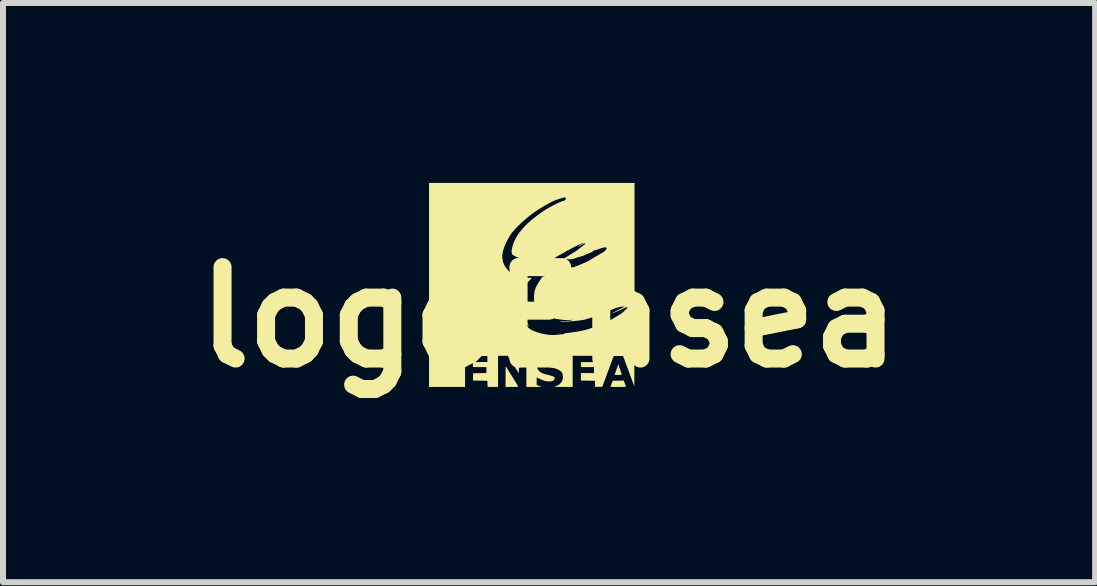
<source format=kicad_pcb>
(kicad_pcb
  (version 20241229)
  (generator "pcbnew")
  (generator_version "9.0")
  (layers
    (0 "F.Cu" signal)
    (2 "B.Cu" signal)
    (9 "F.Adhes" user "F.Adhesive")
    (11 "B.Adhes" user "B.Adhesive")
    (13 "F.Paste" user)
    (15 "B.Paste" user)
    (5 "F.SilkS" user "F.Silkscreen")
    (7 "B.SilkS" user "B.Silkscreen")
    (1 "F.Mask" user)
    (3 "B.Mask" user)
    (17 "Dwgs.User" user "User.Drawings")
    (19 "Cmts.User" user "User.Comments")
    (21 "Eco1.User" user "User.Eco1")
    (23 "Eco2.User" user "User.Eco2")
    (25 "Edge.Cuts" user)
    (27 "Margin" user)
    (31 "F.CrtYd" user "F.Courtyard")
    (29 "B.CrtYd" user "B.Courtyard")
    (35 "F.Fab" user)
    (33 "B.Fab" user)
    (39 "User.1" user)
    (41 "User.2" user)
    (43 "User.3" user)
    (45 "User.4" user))
  (footprint "logoEnsea"
    (layer "F.Cu")
    (at 6.103 2.238)
    (property "Reference" "logoEnsea" (at 0 0 0) (layer "F.SilkS") (effects (font (size 1.524 1.524) (thickness 0.3))))
    (attr board_only exclude_from_pos_files exclude_from_bom)
    (fp_poly (pts (xy 0.156 0.059) (xy 0.153 0.063) (xy 0.15 0.059) (xy 0.153 0.056)) (stroke (width 0) (type solid)) (fill yes) (layer "F.SilkS"))
    (fp_poly (pts (xy 0.237 -0.966) (xy 0.234 -0.963) (xy 0.231 -0.966) (xy 0.234 -0.969)) (stroke (width 0) (type solid)) (fill yes) (layer "F.SilkS"))
    (fp_poly (pts (xy 0.594 -1.222) (xy 0.591 -1.219) (xy 0.588 -1.222) (xy 0.591 -1.225)) (stroke (width 0) (type solid)) (fill yes) (layer "F.SilkS"))
    (fp_poly (pts (xy 1.025 -0.053) (xy 1.022 -0.05) (xy 1.019 -0.053) (xy 1.022 -0.056)) (stroke (width 0) (type solid)) (fill yes) (layer "F.SilkS"))
    (fp_poly (pts (xy 1.038 -0.059) (xy 1.034 -0.056) (xy 1.031 -0.059) (xy 1.034 -0.063)) (stroke (width 0) (type solid)) (fill yes) (layer "F.SilkS"))
    (fp_poly (pts (xy 1.2 -0.078) (xy 1.197 -0.075) (xy 1.194 -0.078) (xy 1.197 -0.081)) (stroke (width 0) (type solid)) (fill yes) (layer "F.SilkS"))
    (fp_poly (pts (xy 1.244 -0.103) (xy 1.241 -0.1) (xy 1.238 -0.103) (xy 1.241 -0.106)) (stroke (width 0) (type solid)) (fill yes) (layer "F.SilkS"))
    (fp_poly (pts (xy 0.195 0.277) (xy 0.198 0.278) (xy 0.19 0.279) (xy 0.178 0.28) (xy 0.164 0.279) (xy 0.16 0.278) (xy 0.164 0.277) (xy 0.183 0.276)) (stroke (width 0) (type solid)) (fill yes) (layer "F.SilkS"))
    (fp_poly (pts (xy 1.01 -0.047) (xy 1.006 -0.044) (xy 0.995 -0.038) (xy 0.991 -0.038) (xy 0.99 -0.04) (xy 0.994 -0.044) (xy 1.005 -0.049) (xy 1.009 -0.05)) (stroke (width 0) (type solid)) (fill yes) (layer "F.SilkS"))
    (fp_poly (pts (xy 1.231 -0.097) (xy 1.226 -0.092) (xy 1.219 -0.088) (xy 1.209 -0.083) (xy 1.206 -0.084) (xy 1.211 -0.089) (xy 1.219 -0.094) (xy 1.228 -0.098)) (stroke (width 0) (type solid)) (fill yes) (layer "F.SilkS"))
    (fp_poly (pts (xy -0.384 0.09) (xy -0.374 0.098) (xy -0.362 0.109) (xy -0.35 0.122) (xy -0.34 0.134) (xy -0.337 0.139) (xy -0.333 0.148) (xy -0.335 0.148) (xy -0.345 0.139) (xy -0.362 0.122) (xy -0.375 0.107) (xy -0.385 0.095) (xy -0.388 0.09)) (stroke (width 0) (type solid)) (fill yes) (layer "F.SilkS"))
    (fp_poly (pts (xy -0.447 -0.096) (xy -0.438 -0.066) (xy -0.427 -0.033) (xy -0.417 -0.005) (xy -0.416 -0.004) (xy -0.409 0.016) (xy -0.404 0.031) (xy -0.403 0.037) (xy -0.403 0.038) (xy -0.407 0.033) (xy -0.415 0.02) (xy -0.421 0.011) (xy -0.445 -0.043) (xy -0.458 -0.1) (xy -0.46 -0.111) (xy -0.463 -0.147)) (stroke (width 0) (type solid)) (fill yes) (layer "F.SilkS"))
    (fp_poly (pts (xy 1.264 1.105) (xy 1.272 1.128) (xy 1.278 1.146) (xy 1.281 1.157) (xy 1.281 1.158) (xy 1.275 1.16) (xy 1.259 1.161) (xy 1.233 1.162) (xy 1.201 1.162) (xy 1.163 1.163) (xy 1.153 1.163) (xy 1.024 1.163) (xy 1.029 1.149) (xy 1.033 1.135) (xy 1.04 1.115) (xy 1.047 1.097) (xy 1.061 1.06) (xy 1.154 1.058) (xy 1.247 1.056)) (stroke (width 0) (type solid)) (fill yes) (layer "F.SilkS"))
    (fp_poly (pts (xy 1.183 0.869) (xy 1.194 0.899) (xy 1.203 0.925) (xy 1.209 0.945) (xy 1.212 0.956) (xy 1.212 0.957) (xy 1.207 0.959) (xy 1.191 0.961) (xy 1.168 0.963) (xy 1.153 0.963) (xy 1.125 0.963) (xy 1.108 0.962) (xy 1.099 0.96) (xy 1.096 0.957) (xy 1.097 0.951) (xy 1.097 0.949) (xy 1.101 0.938) (xy 1.108 0.917) (xy 1.117 0.891) (xy 1.128 0.861) (xy 1.128 0.86) (xy 1.154 0.786)) (stroke (width 0) (type solid)) (fill yes) (layer "F.SilkS"))
    (fp_poly (pts (xy -0.719 0.824) (xy -0.709 0.838) (xy -0.695 0.86) (xy -0.678 0.888) (xy -0.658 0.92) (xy -0.636 0.955) (xy -0.613 0.991) (xy -0.591 1.028) (xy -0.569 1.062) (xy -0.55 1.093) (xy -0.535 1.119) (xy -0.523 1.139) (xy -0.516 1.151) (xy -0.515 1.153) (xy -0.515 1.157) (xy -0.519 1.159) (xy -0.528 1.161) (xy -0.544 1.162) (xy -0.57 1.163) (xy -0.605 1.163) (xy -0.618 1.163) (xy -0.725 1.163) (xy -0.725 0.991) (xy -0.725 0.946) (xy -0.725 0.905) (xy -0.724 0.871) (xy -0.724 0.844) (xy -0.723 0.826) (xy -0.723 0.819) (xy -0.723 0.819)) (stroke (width 0) (type solid)) (fill yes) (layer "F.SilkS"))
    (fp_poly (pts (xy 1.424 -0.263) (xy 1.425 -0.251) (xy 1.424 -0.245) (xy 1.422 -0.239) (xy 1.416 -0.233) (xy 1.404 -0.225) (xy 1.387 -0.215) (xy 1.361 -0.202) (xy 1.326 -0.185) (xy 1.313 -0.179) (xy 1.277 -0.162) (xy 1.243 -0.146) (xy 1.213 -0.132) (xy 1.189 -0.121) (xy 1.175 -0.115) (xy 1.174 -0.115) (xy 1.156 -0.107) (xy 1.143 -0.101) (xy 1.14 -0.099) (xy 1.132 -0.095) (xy 1.115 -0.088) (xy 1.095 -0.08) (xy 1.074 -0.072) (xy 1.057 -0.066) (xy 1.045 -0.063) (xy 1.044 -0.063) (xy 1.048 -0.066) (xy 1.061 -0.073) (xy 1.08 -0.083) (xy 1.1 -0.093) (xy 1.152 -0.12) (xy 1.198 -0.144) (xy 1.237 -0.164) (xy 1.268 -0.181) (xy 1.29 -0.194) (xy 1.302 -0.201) (xy 1.303 -0.203) (xy 1.311 -0.208) (xy 1.326 -0.218) (xy 1.346 -0.23) (xy 1.369 -0.242) (xy 1.39 -0.254) (xy 1.408 -0.263) (xy 1.419 -0.268) (xy 1.421 -0.269)) (stroke (width 0) (type solid)) (fill yes) (layer "F.SilkS"))
    (fp_poly (pts (xy 1.425 -0.287) (xy 1.295 -0.224) (xy 1.257 -0.206) (xy 1.221 -0.19) (xy 1.19 -0.176) (xy 1.165 -0.166) (xy 1.148 -0.161) (xy 1.144 -0.16) (xy 1.131 -0.158) (xy 1.116 -0.153) (xy 1.095 -0.146) (xy 1.069 -0.135) (xy 1.034 -0.121) (xy 0.991 -0.101) (xy 0.977 -0.095) (xy 0.947 -0.082) (xy 0.908 -0.066) (xy 0.863 -0.049) (xy 0.815 -0.031) (xy 0.765 -0.014) (xy 0.717 0.003) (xy 0.673 0.017) (xy 0.634 0.029) (xy 0.604 0.038) (xy 0.595 0.04) (xy 0.56 0.047) (xy 0.517 0.053) (xy 0.469 0.059) (xy 0.418 0.064) (xy 0.367 0.068) (xy 0.318 0.072) (xy 0.272 0.073) (xy 0.233 0.074) (xy 0.203 0.072) (xy 0.188 0.071) (xy 0.18 0.069) (xy 0.18 0.067) (xy 0.191 0.066) (xy 0.212 0.065) (xy 0.244 0.064) (xy 0.288 0.063) (xy 0.327 0.06) (xy 0.358 0.056) (xy 0.369 0.053) (xy 0.409 0.044) (xy 0.333 0.047) (xy 0.302 0.048) (xy 0.275 0.047) (xy 0.247 0.046) (xy 0.217 0.042) (xy 0.18 0.037) (xy 0.144 0.031) (xy 0.097 0.023) (xy 0.059 0.016) (xy 0.028 0.009) (xy 0.001 0.001) (xy -0.024 -0.008) (xy -0.051 -0.019) (xy -0.081 -0.033) (xy -0.085 -0.035) (xy -0.122 -0.054) (xy -0.151 -0.076) (xy -0.177 -0.101) (xy -0.201 -0.135) (xy -0.212 -0.153) (xy -0.228 -0.184) (xy -0.24 -0.215) (xy -0.246 -0.251) (xy -0.25 -0.293) (xy -0.25 -0.323) (xy -0.249 -0.373) (xy -0.244 -0.415) (xy -0.236 -0.451) (xy -0.224 -0.485) (xy -0.221 -0.493) (xy -0.208 -0.519) (xy -0.19 -0.552) (xy -0.169 -0.587) (xy -0.148 -0.62) (xy -0.129 -0.647) (xy -0.118 -0.662) (xy -0.111 -0.672) (xy -0.109 -0.674) (xy -0.103 -0.676) (xy -0.086 -0.681) (xy -0.062 -0.687) (xy -0.033 -0.693) (xy -0.001 -0.701) (xy 0.032 -0.707) (xy 0.056 -0.712) (xy 0.087 -0.719) (xy 0.117 -0.728) (xy 0.142 -0.736) (xy 0.152 -0.741) (xy 0.172 -0.75) (xy 0.19 -0.755) (xy 0.197 -0.756) (xy 0.212 -0.76) (xy 0.229 -0.768) (xy 0.235 -0.772) (xy 0.254 -0.783) (xy 0.278 -0.794) (xy 0.293 -0.8) (xy 0.313 -0.809) (xy 0.33 -0.817) (xy 0.338 -0.822) (xy 0.35 -0.831) (xy 0.363 -0.838) (xy 0.372 -0.841) (xy 0.374 -0.84) (xy 0.374 -0.832) (xy 0.378 -0.828) (xy 0.387 -0.828) (xy 0.402 -0.832) (xy 0.426 -0.84) (xy 0.46 -0.853) (xy 0.463 -0.854) (xy 0.523 -0.877) (xy 0.577 -0.901) (xy 0.624 -0.922) (xy 0.664 -0.942) (xy 0.693 -0.96) (xy 0.695 -0.961) (xy 0.71 -0.971) (xy 0.734 -0.985) (xy 0.762 -1.002) (xy 0.793 -1.02) (xy 0.803 -1.025) (xy 0.843 -1.048) (xy 0.874 -1.066) (xy 0.898 -1.08) (xy 0.915 -1.091) (xy 0.927 -1.1) (xy 0.936 -1.109) (xy 0.944 -1.119) (xy 0.948 -1.122) (xy 0.959 -1.142) (xy 0.959 -1.156) (xy 0.948 -1.163) (xy 0.93 -1.165) (xy 0.916 -1.163) (xy 0.893 -1.157) (xy 0.866 -1.149) (xy 0.838 -1.14) (xy 0.814 -1.131) (xy 0.799 -1.124) (xy 0.784 -1.12) (xy 0.769 -1.119) (xy 0.752 -1.115) (xy 0.744 -1.107) (xy 0.735 -1.099) (xy 0.719 -1.089) (xy 0.697 -1.079) (xy 0.696 -1.079) (xy 0.672 -1.069) (xy 0.65 -1.06) (xy 0.635 -1.053) (xy 0.62 -1.047) (xy 0.609 -1.044) (xy 0.601 -1.041) (xy 0.6 -1.039) (xy 0.594 -1.035) (xy 0.579 -1.028) (xy 0.556 -1.02) (xy 0.527 -1.011) (xy 0.495 -1.002) (xy 0.484 -0.999) (xy 0.462 -0.993) (xy 0.44 -0.985) (xy 0.438 -0.984) (xy 0.391 -0.97) (xy 0.349 -0.964) (xy 0.326 -0.966) (xy 0.301 -0.969) (xy 0.275 -0.97) (xy 0.269 -0.97) (xy 0.241 -0.969) (xy 0.256 -0.981) (xy 0.266 -0.988) (xy 0.284 -1) (xy 0.31 -1.016) (xy 0.34 -1.035) (xy 0.371 -1.054) (xy 0.406 -1.076) (xy 0.442 -1.099) (xy 0.474 -1.121) (xy 0.501 -1.141) (xy 0.515 -1.152) (xy 0.537 -1.17) (xy 0.558 -1.187) (xy 0.575 -1.199) (xy 0.579 -1.201) (xy 0.592 -1.212) (xy 0.601 -1.222) (xy 0.603 -1.23) (xy 0.599 -1.233) (xy 0.591 -1.232) (xy 0.58 -1.226) (xy 0.561 -1.216) (xy 0.539 -1.204) (xy 0.535 -1.201) (xy 0.514 -1.19) (xy 0.498 -1.182) (xy 0.489 -1.179) (xy 0.488 -1.179) (xy 0.49 -1.185) (xy 0.503 -1.195) (xy 0.525 -1.208) (xy 0.546 -1.22) (xy 0.564 -1.23) (xy 0.576 -1.237) (xy 0.58 -1.241) (xy 0.573 -1.24) (xy 0.557 -1.235) (xy 0.534 -1.225) (xy 0.507 -1.213) (xy 0.477 -1.199) (xy 0.447 -1.185) (xy 0.419 -1.17) (xy 0.395 -1.157) (xy 0.37 -1.143) (xy 0.346 -1.131) (xy 0.329 -1.122) (xy 0.323 -1.119) (xy 0.307 -1.112) (xy 0.287 -1.1) (xy 0.279 -1.095) (xy 0.259 -1.082) (xy 0.234 -1.068) (xy 0.216 -1.059) (xy 0.187 -1.043) (xy 0.152 -1.023) (xy 0.115 -1) (xy 0.079 -0.978) (xy 0.048 -0.957) (xy 0.033 -0.946) (xy 0.014 -0.933) (xy -0.005 -0.925) (xy -0.028 -0.922) (xy -0.034 -0.922) (xy -0.053 -0.921) (xy -0.061 -0.921) (xy -0.058 -0.923) (xy -0.051 -0.925) (xy -0.032 -0.931) (xy -0.023 -0.937) (xy -0.027 -0.94) (xy -0.042 -0.94) (xy -0.053 -0.938) (xy -0.067 -0.936) (xy -0.091 -0.935) (xy -0.123 -0.934) (xy -0.161 -0.933) (xy -0.202 -0.932) (xy -0.244 -0.932) (xy -0.285 -0.933) (xy -0.323 -0.933) (xy -0.354 -0.934) (xy -0.378 -0.936) (xy -0.388 -0.937) (xy -0.405 -0.941) (xy -0.413 -0.946) (xy -0.414 -0.952) (xy -0.416 -0.96) (xy -0.425 -0.968) (xy -0.444 -0.974) (xy -0.474 -0.981) (xy -0.477 -0.982) (xy -0.505 -0.989) (xy -0.536 -1.001) (xy -0.566 -1.016) (xy -0.592 -1.031) (xy -0.61 -1.045) (xy -0.613 -1.049) (xy -0.622 -1.069) (xy -0.624 -1.098) (xy -0.62 -1.134) (xy -0.611 -1.175) (xy -0.597 -1.22) (xy -0.579 -1.266) (xy -0.557 -1.312) (xy -0.532 -1.356) (xy -0.505 -1.397) (xy -0.487 -1.42) (xy -0.471 -1.439) (xy -0.451 -1.463) (xy -0.433 -1.485) (xy -0.4 -1.522) (xy -0.357 -1.563) (xy -0.307 -1.608) (xy -0.251 -1.654) (xy -0.19 -1.701) (xy -0.127 -1.746) (xy -0.091 -1.771) (xy -0.054 -1.795) (xy -0.012 -1.82) (xy 0.033 -1.845) (xy 0.08 -1.869) (xy 0.124 -1.892) (xy 0.165 -1.911) (xy 0.2 -1.926) (xy 0.227 -1.935) (xy 0.229 -1.935) (xy 0.258 -1.945) (xy 0.274 -1.957) (xy 0.28 -1.971) (xy 0.275 -1.987) (xy 0.267 -1.997) (xy 0.253 -1.997) (xy 0.251 -1.997) (xy 0.235 -1.993) (xy 0.212 -1.986) (xy 0.186 -1.978) (xy 0.16 -1.969) (xy 0.137 -1.961) (xy 0.119 -1.955) (xy 0.11 -1.951) (xy 0.109 -1.951) (xy 0.099 -1.946) (xy 0.087 -1.942) (xy 0.073 -1.937) (xy 0.051 -1.926) (xy 0.021 -1.911) (xy -0.013 -1.892) (xy -0.051 -1.871) (xy -0.09 -1.849) (xy -0.128 -1.826) (xy -0.164 -1.804) (xy -0.195 -1.785) (xy -0.196 -1.783) (xy -0.266 -1.735) (xy -0.336 -1.682) (xy -0.403 -1.626) (xy -0.466 -1.57) (xy -0.524 -1.514) (xy -0.575 -1.459) (xy -0.617 -1.409) (xy -0.631 -1.391) (xy -0.649 -1.363) (xy -0.67 -1.328) (xy -0.691 -1.29) (xy -0.71 -1.255) (xy -0.71 -1.255) (xy -0.743 -1.179) (xy -0.766 -1.11) (xy -0.778 -1.045) (xy -0.779 -0.985) (xy -0.769 -0.929) (xy -0.749 -0.875) (xy -0.717 -0.823) (xy -0.675 -0.772) (xy -0.667 -0.764) (xy -0.626 -0.73) (xy -0.575 -0.703) (xy -0.514 -0.682) (xy -0.445 -0.667) (xy -0.367 -0.659) (xy -0.365 -0.659) (xy -0.287 -0.654) (xy -0.33 -0.609) (xy -0.364 -0.572) (xy -0.391 -0.543) (xy -0.411 -0.52) (xy -0.425 -0.502) (xy -0.434 -0.488) (xy -0.439 -0.478) (xy -0.44 -0.469) (xy -0.44 -0.464) (xy -0.442 -0.443) (xy -0.452 -0.413) (xy -0.458 -0.399) (xy -0.474 -0.363) (xy -0.485 -0.332) (xy -0.492 -0.302) (xy -0.497 -0.271) (xy -0.499 -0.234) (xy -0.499 -0.19) (xy -0.499 -0.165) (xy -0.496 -0.113) (xy -0.493 -0.07) (xy -0.487 -0.035) (xy -0.478 -0.004) (xy -0.465 0.025) (xy -0.448 0.055) (xy -0.438 0.07) (xy -0.414 0.102) (xy -0.386 0.135) (xy -0.356 0.165) (xy -0.326 0.191) (xy -0.3 0.209) (xy -0.294 0.212) (xy -0.267 0.225) (xy -0.233 0.238) (xy -0.196 0.252) (xy -0.16 0.263) (xy -0.13 0.272) (xy -0.119 0.274) (xy -0.068 0.283) (xy -0.027 0.29) (xy 0.008 0.294) (xy 0.039 0.297) (xy 0.069 0.297) (xy 0.1 0.296) (xy 0.123 0.294) (xy 0.17 0.29) (xy 0.205 0.286) (xy 0.23 0.283) (xy 0.245 0.281) (xy 0.251 0.278) (xy 0.25 0.275) (xy 0.253 0.273) (xy 0.265 0.269) (xy 0.286 0.266) (xy 0.301 0.264) (xy 0.38 0.254) (xy 0.448 0.244) (xy 0.508 0.234) (xy 0.562 0.223) (xy 0.611 0.211) (xy 0.659 0.197) (xy 0.706 0.181) (xy 0.729 0.173) (xy 0.771 0.157) (xy 0.817 0.138) (xy 0.865 0.118) (xy 0.912 0.098) (xy 0.957 0.078) (xy 0.995 0.06) (xy 1.026 0.045) (xy 1.038 0.039) (xy 1.076 0.017) (xy 1.114 -0.005) (xy 1.149 -0.026) (xy 1.18 -0.045) (xy 1.205 -0.061) (xy 1.22 -0.073) (xy 1.222 -0.074) (xy 1.239 -0.088) (xy 1.255 -0.101) (xy 1.256 -0.102) (xy 1.266 -0.109) (xy 1.265 -0.111) (xy 1.259 -0.11) (xy 1.253 -0.109) (xy 1.252 -0.11) (xy 1.259 -0.115) (xy 1.273 -0.124) (xy 1.291 -0.135) (xy 1.304 -0.144) (xy 1.306 -0.148) (xy 1.3 -0.147) (xy 1.289 -0.144) (xy 1.29 -0.146) (xy 1.297 -0.152) (xy 1.31 -0.16) (xy 1.329 -0.171) (xy 1.352 -0.183) (xy 1.375 -0.195) (xy 1.396 -0.206) (xy 1.412 -0.214) (xy 1.421 -0.217) (xy 1.422 -0.217) (xy 1.423 -0.211) (xy 1.423 -0.193) (xy 1.423 -0.164) (xy 1.423 -0.124) (xy 1.424 -0.076) (xy 1.424 -0.019) (xy 1.424 0.046) (xy 1.424 0.117) (xy 1.424 0.195) (xy 1.424 0.277) (xy 1.424 0.365) (xy 1.423 0.456) (xy 1.423 0.469) (xy 1.422 1.153) (xy 1.328 0.9) (xy 1.234 0.647) (xy 1.078 0.647) (xy 0.983 0.903) (xy 0.888 1.16) (xy 0.829 1.161) (xy 0.769 1.163) (xy 0.767 1.111) (xy 0.766 1.06) (xy 0.648 1.058) (xy 0.531 1.056) (xy 0.531 0.931) (xy 0.75 0.931) (xy 0.75 0.831) (xy 0.531 0.831) (xy 0.531 0.75) (xy 0.648 0.749) (xy 0.766 0.747) (xy 0.769 0.644) (xy 0.394 0.644) (xy 0.394 1.163) (xy 0.242 1.162) (xy 0.091 1.162) (xy 0.123 1.147) (xy 0.166 1.123) (xy 0.198 1.095) (xy 0.219 1.062) (xy 0.23 1.024) (xy 0.231 0.998) (xy 0.229 0.963) (xy 0.22 0.934) (xy 0.204 0.91) (xy 0.181 0.889) (xy 0.148 0.871) (xy 0.104 0.855) (xy 0.05 0.84) (xy 0.049 0.84) (xy 0.017 0.832) (xy -0.012 0.823) (xy -0.035 0.816) (xy -0.048 0.81) (xy -0.051 0.809) (xy -0.063 0.792) (xy -0.063 0.774) (xy -0.051 0.756) (xy -0.028 0.741) (xy 0.003 0.734) (xy 0.04 0.733) (xy 0.081 0.738) (xy 0.123 0.751) (xy 0.157 0.765) (xy 0.178 0.776) (xy 0.196 0.784) (xy 0.206 0.788) (xy 0.207 0.788) (xy 0.209 0.782) (xy 0.211 0.766) (xy 0.212 0.744) (xy 0.212 0.728) (xy 0.212 0.701) (xy 0.212 0.683) (xy 0.209 0.672) (xy 0.205 0.667) (xy 0.198 0.663) (xy 0.195 0.662) (xy 0.155 0.65) (xy 0.108 0.642) (xy 0.057 0.638) (xy 0.008 0.637) (xy -0.037 0.641) (xy -0.072 0.649) (xy -0.117 0.668) (xy -0.154 0.693) (xy -0.181 0.724) (xy -0.199 0.759) (xy -0.205 0.797) (xy -0.201 0.835) (xy -0.189 0.866) (xy -0.172 0.891) (xy -0.148 0.913) (xy -0.116 0.931) (xy -0.074 0.947) (xy -0.021 0.961) (xy -0.014 0.963) (xy 0.025 0.973) (xy 0.054 0.982) (xy 0.074 0.99) (xy 0.086 1) (xy 0.092 1.011) (xy 0.094 1.025) (xy 0.094 1.025) (xy 0.088 1.043) (xy 0.072 1.057) (xy 0.045 1.067) (xy 0.027 1.07) (xy -0.02 1.071) (xy -0.067 1.063) (xy -0.118 1.045) (xy -0.141 1.035) (xy -0.165 1.023) (xy -0.185 1.013) (xy -0.198 1.008) (xy -0.202 1.006) (xy -0.204 1.012) (xy -0.205 1.028) (xy -0.206 1.051) (xy -0.206 1.068) (xy -0.206 1.13) (xy -0.18 1.14) (xy -0.158 1.147) (xy -0.138 1.154) (xy -0.134 1.156) (xy -0.131 1.158) (xy -0.138 1.159) (xy -0.154 1.161) (xy -0.181 1.162) (xy -0.22 1.162) (xy -0.247 1.162) (xy -0.378 1.163) (xy -0.378 0.647) (xy -0.439 0.645) (xy -0.5 0.643) (xy -0.503 0.935) (xy -0.689 0.644) (xy -0.85 0.644) (xy -0.85 1.163) (xy -1.024 1.163) (xy -1.028 1.06) (xy -1.149 1.058) (xy -1.269 1.056) (xy -1.267 0.995) (xy -1.266 0.935) (xy -1.155 0.933) (xy -1.044 0.931) (xy -1.044 0.831) (xy -1.269 0.831) (xy -1.269 0.791) (xy -1.269 0.75) (xy -1.028 0.747) (xy -1.028 0.647) (xy -1.214 0.645) (xy -1.4 0.644) (xy -1.4 1.163) (xy -2 1.163) (xy -2 -2.238) (xy 1.425 -2.238)) (stroke (width 0) (type solid)) (fill yes) (layer "F.SilkS")))
  (gr_rect
    (start -3 -3)
    (end 15.207 6.656)
    (stroke (width 0.1) (type default))
    (fill no)
    (layer "Edge.Cuts")))
</source>
